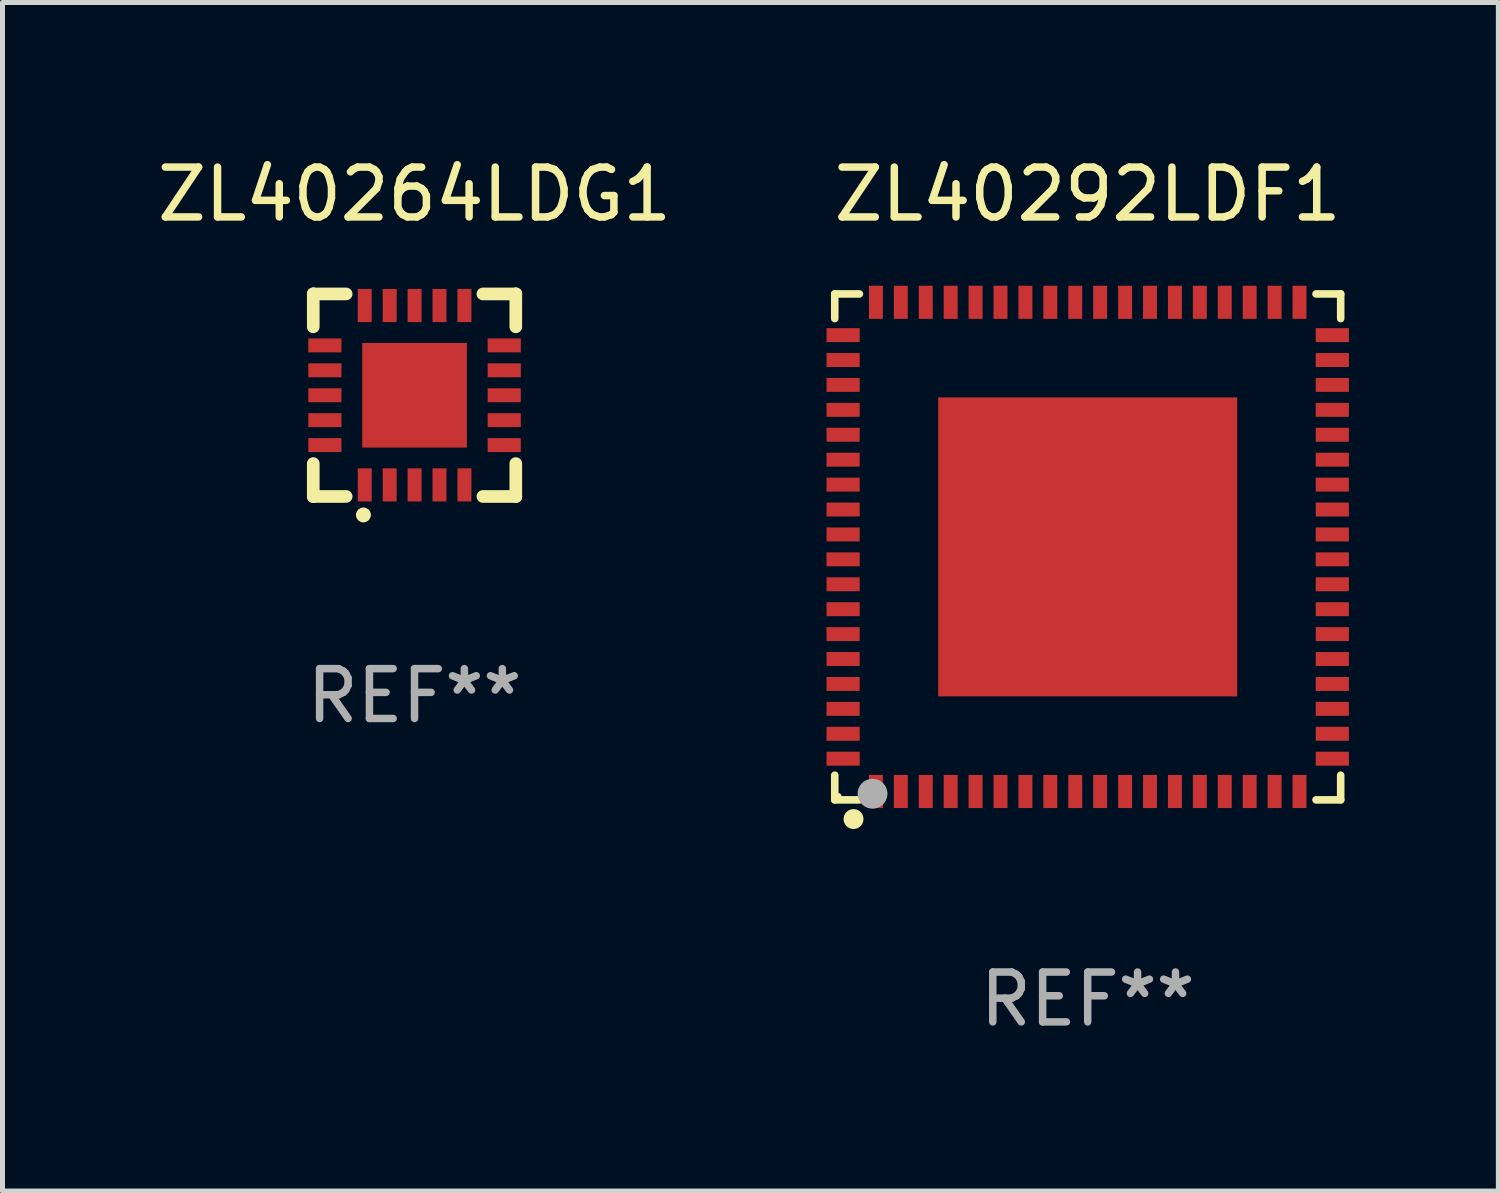
<source format=kicad_pcb>
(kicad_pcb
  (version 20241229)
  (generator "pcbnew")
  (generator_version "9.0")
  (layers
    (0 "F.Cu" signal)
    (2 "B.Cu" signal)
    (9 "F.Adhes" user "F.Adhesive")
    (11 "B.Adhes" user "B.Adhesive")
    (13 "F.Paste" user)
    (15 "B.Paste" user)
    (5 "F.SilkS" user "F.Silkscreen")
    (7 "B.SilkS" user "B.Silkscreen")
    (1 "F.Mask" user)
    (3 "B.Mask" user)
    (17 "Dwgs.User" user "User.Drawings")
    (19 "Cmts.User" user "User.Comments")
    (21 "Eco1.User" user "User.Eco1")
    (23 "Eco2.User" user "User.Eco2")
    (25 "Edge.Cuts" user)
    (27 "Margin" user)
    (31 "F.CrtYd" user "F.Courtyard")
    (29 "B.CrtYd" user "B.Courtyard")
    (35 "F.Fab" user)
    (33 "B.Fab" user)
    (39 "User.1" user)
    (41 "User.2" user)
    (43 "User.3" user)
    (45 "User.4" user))
  (footprint "ZL40292LDF1"
    (layer "F.Cu")
    (at 18.776 7.924)
    (property "Reference" "ZL40292LDF1" (at 0 -7.076 0) (layer "F.SilkS") (effects (font (size 1 1) (thickness 0.15))))
    (attr through_hole)
    (fp_line (start -5.076 -5.076) (end -4.581 -5.076) (stroke (width 0.152) (type solid)) (layer "F.SilkS"))
    (fp_line (start -5.076 -4.581) (end -5.076 -5.076) (stroke (width 0.152) (type solid)) (layer "F.SilkS"))
    (fp_line (start -5.076 4.581) (end -5.076 5.076) (stroke (width 0.152) (type solid)) (layer "F.SilkS"))
    (fp_line (start -5.076 5.076) (end -4.581 5.076) (stroke (width 0.152) (type solid)) (layer "F.SilkS"))
    (fp_line (start 5.076 -5.076) (end 4.581 -5.076) (stroke (width 0.152) (type solid)) (layer "F.SilkS"))
    (fp_line (start 5.076 -4.581) (end 5.076 -5.076) (stroke (width 0.152) (type solid)) (layer "F.SilkS"))
    (fp_line (start 5.076 4.581) (end 5.076 5.076) (stroke (width 0.152) (type solid)) (layer "F.SilkS"))
    (fp_line (start 5.076 5.076) (end 4.581 5.076) (stroke (width 0.152) (type solid)) (layer "F.SilkS"))
    (fp_circle (center -5 5) (end -4.97 5) (stroke (width 0.06) (type solid)) (fill no) (layer "F.SilkS"))
    (fp_circle (center -4.699 5.461) (end -4.599 5.461) (stroke (width 0.2) (type solid)) (fill no) (layer "F.SilkS"))
    (fp_circle (center -4.318 4.953) (end -4.168 4.953) (stroke (width 0.3) (type solid)) (fill no) (layer "F.Fab"))
    (fp_text user "REF**" (at 0 9.076 0) (layer "F.Fab") (effects (font (size 1 1) (thickness 0.15))))
    (pad "1" smd rect (at -4.25 4.908) (size 0.28 0.665) (layers "F.Cu" "F.Mask" "F.Paste"))
    (pad "2" smd rect (at -3.75 4.908) (size 0.28 0.665) (layers "F.Cu" "F.Mask" "F.Paste"))
    (pad "3" smd rect (at -3.25 4.908) (size 0.28 0.665) (layers "F.Cu" "F.Mask" "F.Paste"))
    (pad "4" smd rect (at -2.75 4.908) (size 0.28 0.665) (layers "F.Cu" "F.Mask" "F.Paste"))
    (pad "5" smd rect (at -2.25 4.908) (size 0.28 0.665) (layers "F.Cu" "F.Mask" "F.Paste"))
    (pad "6" smd rect (at -1.75 4.908) (size 0.28 0.665) (layers "F.Cu" "F.Mask" "F.Paste"))
    (pad "7" smd rect (at -1.25 4.908) (size 0.28 0.665) (layers "F.Cu" "F.Mask" "F.Paste"))
    (pad "8" smd rect (at -0.75 4.908) (size 0.28 0.665) (layers "F.Cu" "F.Mask" "F.Paste"))
    (pad "9" smd rect (at -0.25 4.908) (size 0.28 0.665) (layers "F.Cu" "F.Mask" "F.Paste"))
    (pad "10" smd rect (at 0.25 4.908) (size 0.28 0.665) (layers "F.Cu" "F.Mask" "F.Paste"))
    (pad "11" smd rect (at 0.75 4.908) (size 0.28 0.665) (layers "F.Cu" "F.Mask" "F.Paste"))
    (pad "12" smd rect (at 1.25 4.908) (size 0.28 0.665) (layers "F.Cu" "F.Mask" "F.Paste"))
    (pad "13" smd rect (at 1.75 4.908) (size 0.28 0.665) (layers "F.Cu" "F.Mask" "F.Paste"))
    (pad "14" smd rect (at 2.25 4.908) (size 0.28 0.665) (layers "F.Cu" "F.Mask" "F.Paste"))
    (pad "15" smd rect (at 2.75 4.908) (size 0.28 0.665) (layers "F.Cu" "F.Mask" "F.Paste"))
    (pad "16" smd rect (at 3.25 4.908) (size 0.28 0.665) (layers "F.Cu" "F.Mask" "F.Paste"))
    (pad "17" smd rect (at 3.75 4.908) (size 0.28 0.665) (layers "F.Cu" "F.Mask" "F.Paste"))
    (pad "18" smd rect (at 4.25 4.908) (size 0.28 0.665) (layers "F.Cu" "F.Mask" "F.Paste"))
    (pad "19" smd rect (at 4.908 4.25) (size 0.665 0.28) (layers "F.Cu" "F.Mask" "F.Paste"))
    (pad "20" smd rect (at 4.908 3.75) (size 0.665 0.28) (layers "F.Cu" "F.Mask" "F.Paste"))
    (pad "21" smd rect (at 4.908 3.25) (size 0.665 0.28) (layers "F.Cu" "F.Mask" "F.Paste"))
    (pad "22" smd rect (at 4.908 2.75) (size 0.665 0.28) (layers "F.Cu" "F.Mask" "F.Paste"))
    (pad "23" smd rect (at 4.908 2.25) (size 0.665 0.28) (layers "F.Cu" "F.Mask" "F.Paste"))
    (pad "24" smd rect (at 4.908 1.75) (size 0.665 0.28) (layers "F.Cu" "F.Mask" "F.Paste"))
    (pad "25" smd rect (at 4.908 1.25) (size 0.665 0.28) (layers "F.Cu" "F.Mask" "F.Paste"))
    (pad "26" smd rect (at 4.908 0.75) (size 0.665 0.28) (layers "F.Cu" "F.Mask" "F.Paste"))
    (pad "27" smd rect (at 4.908 0.25) (size 0.665 0.28) (layers "F.Cu" "F.Mask" "F.Paste"))
    (pad "28" smd rect (at 4.908 -0.25) (size 0.665 0.28) (layers "F.Cu" "F.Mask" "F.Paste"))
    (pad "29" smd rect (at 4.908 -0.75) (size 0.665 0.28) (layers "F.Cu" "F.Mask" "F.Paste"))
    (pad "30" smd rect (at 4.908 -1.25) (size 0.665 0.28) (layers "F.Cu" "F.Mask" "F.Paste"))
    (pad "31" smd rect (at 4.908 -1.75) (size 0.665 0.28) (layers "F.Cu" "F.Mask" "F.Paste"))
    (pad "32" smd rect (at 4.908 -2.25) (size 0.665 0.28) (layers "F.Cu" "F.Mask" "F.Paste"))
    (pad "33" smd rect (at 4.908 -2.75) (size 0.665 0.28) (layers "F.Cu" "F.Mask" "F.Paste"))
    (pad "34" smd rect (at 4.908 -3.25) (size 0.665 0.28) (layers "F.Cu" "F.Mask" "F.Paste"))
    (pad "35" smd rect (at 4.908 -3.75) (size 0.665 0.28) (layers "F.Cu" "F.Mask" "F.Paste"))
    (pad "36" smd rect (at 4.908 -4.25) (size 0.665 0.28) (layers "F.Cu" "F.Mask" "F.Paste"))
    (pad "37" smd rect (at 4.25 -4.908) (size 0.28 0.665) (layers "F.Cu" "F.Mask" "F.Paste"))
    (pad "38" smd rect (at 3.75 -4.908) (size 0.28 0.665) (layers "F.Cu" "F.Mask" "F.Paste"))
    (pad "39" smd rect (at 3.25 -4.908) (size 0.28 0.665) (layers "F.Cu" "F.Mask" "F.Paste"))
    (pad "40" smd rect (at 2.75 -4.908) (size 0.28 0.665) (layers "F.Cu" "F.Mask" "F.Paste"))
    (pad "41" smd rect (at 2.25 -4.908) (size 0.28 0.665) (layers "F.Cu" "F.Mask" "F.Paste"))
    (pad "42" smd rect (at 1.75 -4.908) (size 0.28 0.665) (layers "F.Cu" "F.Mask" "F.Paste"))
    (pad "43" smd rect (at 1.25 -4.908) (size 0.28 0.665) (layers "F.Cu" "F.Mask" "F.Paste"))
    (pad "44" smd rect (at 0.75 -4.908) (size 0.28 0.665) (layers "F.Cu" "F.Mask" "F.Paste"))
    (pad "45" smd rect (at 0.25 -4.908) (size 0.28 0.665) (layers "F.Cu" "F.Mask" "F.Paste"))
    (pad "46" smd rect (at -0.25 -4.908) (size 0.28 0.665) (layers "F.Cu" "F.Mask" "F.Paste"))
    (pad "47" smd rect (at -0.75 -4.908) (size 0.28 0.665) (layers "F.Cu" "F.Mask" "F.Paste"))
    (pad "48" smd rect (at -1.25 -4.908) (size 0.28 0.665) (layers "F.Cu" "F.Mask" "F.Paste"))
    (pad "49" smd rect (at -1.75 -4.908) (size 0.28 0.665) (layers "F.Cu" "F.Mask" "F.Paste"))
    (pad "50" smd rect (at -2.25 -4.908) (size 0.28 0.665) (layers "F.Cu" "F.Mask" "F.Paste"))
    (pad "51" smd rect (at -2.75 -4.908) (size 0.28 0.665) (layers "F.Cu" "F.Mask" "F.Paste"))
    (pad "52" smd rect (at -3.25 -4.908) (size 0.28 0.665) (layers "F.Cu" "F.Mask" "F.Paste"))
    (pad "53" smd rect (at -3.75 -4.908) (size 0.28 0.665) (layers "F.Cu" "F.Mask" "F.Paste"))
    (pad "54" smd rect (at -4.25 -4.908) (size 0.28 0.665) (layers "F.Cu" "F.Mask" "F.Paste"))
    (pad "55" smd rect (at -4.908 -4.25) (size 0.665 0.28) (layers "F.Cu" "F.Mask" "F.Paste"))
    (pad "56" smd rect (at -4.908 -3.75) (size 0.665 0.28) (layers "F.Cu" "F.Mask" "F.Paste"))
    (pad "57" smd rect (at -4.908 -3.25) (size 0.665 0.28) (layers "F.Cu" "F.Mask" "F.Paste"))
    (pad "58" smd rect (at -4.908 -2.75) (size 0.665 0.28) (layers "F.Cu" "F.Mask" "F.Paste"))
    (pad "59" smd rect (at -4.908 -2.25) (size 0.665 0.28) (layers "F.Cu" "F.Mask" "F.Paste"))
    (pad "60" smd rect (at -4.908 -1.75) (size 0.665 0.28) (layers "F.Cu" "F.Mask" "F.Paste"))
    (pad "61" smd rect (at -4.908 -1.25) (size 0.665 0.28) (layers "F.Cu" "F.Mask" "F.Paste"))
    (pad "62" smd rect (at -4.908 -0.75) (size 0.665 0.28) (layers "F.Cu" "F.Mask" "F.Paste"))
    (pad "63" smd rect (at -4.908 -0.25) (size 0.665 0.28) (layers "F.Cu" "F.Mask" "F.Paste"))
    (pad "64" smd rect (at -4.908 0.25) (size 0.665 0.28) (layers "F.Cu" "F.Mask" "F.Paste"))
    (pad "65" smd rect (at -4.908 0.75) (size 0.665 0.28) (layers "F.Cu" "F.Mask" "F.Paste"))
    (pad "66" smd rect (at -4.908 1.25) (size 0.665 0.28) (layers "F.Cu" "F.Mask" "F.Paste"))
    (pad "67" smd rect (at -4.908 1.75) (size 0.665 0.28) (layers "F.Cu" "F.Mask" "F.Paste"))
    (pad "68" smd rect (at -4.908 2.25) (size 0.665 0.28) (layers "F.Cu" "F.Mask" "F.Paste"))
    (pad "69" smd rect (at -4.908 2.75) (size 0.665 0.28) (layers "F.Cu" "F.Mask" "F.Paste"))
    (pad "70" smd rect (at -4.908 3.25) (size 0.665 0.28) (layers "F.Cu" "F.Mask" "F.Paste"))
    (pad "71" smd rect (at -4.908 3.75) (size 0.665 0.28) (layers "F.Cu" "F.Mask" "F.Paste"))
    (pad "72" smd rect (at -4.908 4.25) (size 0.665 0.28) (layers "F.Cu" "F.Mask" "F.Paste"))
    (pad "73" smd rect (at 0 0) (size 6 6) (layers "F.Cu" "F.Mask" "F.Paste")))
  (footprint "ZL40264LDG1"
    (layer "F.Cu")
    (at 5.268 4.88)
    (property "Reference" "ZL40264LDG1" (at 0 -4.032 0) (layer "F.SilkS") (effects (font (size 1 1) (thickness 0.15))))
    (attr through_hole)
    (fp_line (start -2.032 -2.032) (end -2.032 -2.032) (stroke (width 0.254) (type solid)) (layer "F.SilkS"))
    (fp_line (start -2.032 -2.032) (end -1.372 -2.032) (stroke (width 0.254) (type solid)) (layer "F.SilkS"))
    (fp_line (start -2.032 -1.372) (end -2.032 -2.032) (stroke (width 0.254) (type solid)) (layer "F.SilkS"))
    (fp_line (start -2.032 2.032) (end -2.032 1.372) (stroke (width 0.254) (type solid)) (layer "F.SilkS"))
    (fp_line (start -2.032 2.032) (end -2.032 2.032) (stroke (width 0.254) (type solid)) (layer "F.SilkS"))
    (fp_line (start -1.372 2.032) (end -2.032 2.032) (stroke (width 0.254) (type solid)) (layer "F.SilkS"))
    (fp_line (start 1.372 -2.032) (end 2.032 -2.032) (stroke (width 0.254) (type solid)) (layer "F.SilkS"))
    (fp_line (start 2.032 -2.032) (end 2.032 -2.032) (stroke (width 0.254) (type solid)) (layer "F.SilkS"))
    (fp_line (start 2.032 -2.032) (end 2.032 -1.372) (stroke (width 0.254) (type solid)) (layer "F.SilkS"))
    (fp_line (start 2.032 1.372) (end 2.032 2.032) (stroke (width 0.254) (type solid)) (layer "F.SilkS"))
    (fp_line (start 2.032 2.032) (end 1.372 2.032) (stroke (width 0.254) (type solid)) (layer "F.SilkS"))
    (fp_line (start 2.032 2.032) (end 2.032 2.032) (stroke (width 0.254) (type solid)) (layer "F.SilkS"))
    (fp_circle (center -1.026 2.403) (end -0.951 2.403) (stroke (width 0.15) (type solid)) (fill no) (layer "F.SilkS"))
    (fp_text user "REF**" (at 0 6.032 0) (layer "F.Fab") (effects (font (size 1 1) (thickness 0.15))))
    (pad "1" smd rect (at -0.999 1.8 90) (size 0.665 0.28) (layers "F.Cu" "F.Mask" "F.Paste"))
    (pad "2" smd rect (at -0.499 1.8 90) (size 0.665 0.28) (layers "F.Cu" "F.Mask" "F.Paste"))
    (pad "3" smd rect (at 0.001 1.8 90) (size 0.665 0.28) (layers "F.Cu" "F.Mask" "F.Paste"))
    (pad "4" smd rect (at 0.501 1.8 90) (size 0.665 0.28) (layers "F.Cu" "F.Mask" "F.Paste"))
    (pad "5" smd rect (at 1.001 1.8 90) (size 0.665 0.28) (layers "F.Cu" "F.Mask" "F.Paste"))
    (pad "6" smd rect (at 1.8 1.001 90) (size 0.28 0.665) (layers "F.Cu" "F.Mask" "F.Paste"))
    (pad "7" smd rect (at 1.8 0.501 90) (size 0.28 0.665) (layers "F.Cu" "F.Mask" "F.Paste"))
    (pad "8" smd rect (at 1.8 0.001 90) (size 0.28 0.665) (layers "F.Cu" "F.Mask" "F.Paste"))
    (pad "9" smd rect (at 1.8 -0.499 90) (size 0.28 0.665) (layers "F.Cu" "F.Mask" "F.Paste"))
    (pad "10" smd rect (at 1.8 -0.999 90) (size 0.28 0.665) (layers "F.Cu" "F.Mask" "F.Paste"))
    (pad "11" smd rect (at 1.001 -1.799 90) (size 0.665 0.28) (layers "F.Cu" "F.Mask" "F.Paste"))
    (pad "12" smd rect (at 0.501 -1.799 90) (size 0.665 0.28) (layers "F.Cu" "F.Mask" "F.Paste"))
    (pad "13" smd rect (at 0.001 -1.799 90) (size 0.665 0.28) (layers "F.Cu" "F.Mask" "F.Paste"))
    (pad "14" smd rect (at -0.499 -1.799 90) (size 0.665 0.28) (layers "F.Cu" "F.Mask" "F.Paste"))
    (pad "15" smd rect (at -0.999 -1.799 90) (size 0.665 0.28) (layers "F.Cu" "F.Mask" "F.Paste"))
    (pad "16" smd rect (at -1.799 -0.999 90) (size 0.28 0.665) (layers "F.Cu" "F.Mask" "F.Paste"))
    (pad "17" smd rect (at -1.799 -0.499 90) (size 0.28 0.665) (layers "F.Cu" "F.Mask" "F.Paste"))
    (pad "18" smd rect (at -1.799 0.001 90) (size 0.28 0.665) (layers "F.Cu" "F.Mask" "F.Paste"))
    (pad "19" smd rect (at -1.799 0.501 90) (size 0.28 0.665) (layers "F.Cu" "F.Mask" "F.Paste"))
    (pad "20" smd rect (at -1.799 1.001 90) (size 0.28 0.665) (layers "F.Cu" "F.Mask" "F.Paste"))
    (pad "21" smd rect (at 0.001 0.001 90) (size 2.1 2.1) (layers "F.Cu" "F.Mask" "F.Paste")))
  (gr_rect
    (start -3 -3)
    (end 27.016 20.849)
    (stroke (width 0.1) (type default))
    (fill no)
    (layer "Edge.Cuts")))
</source>
